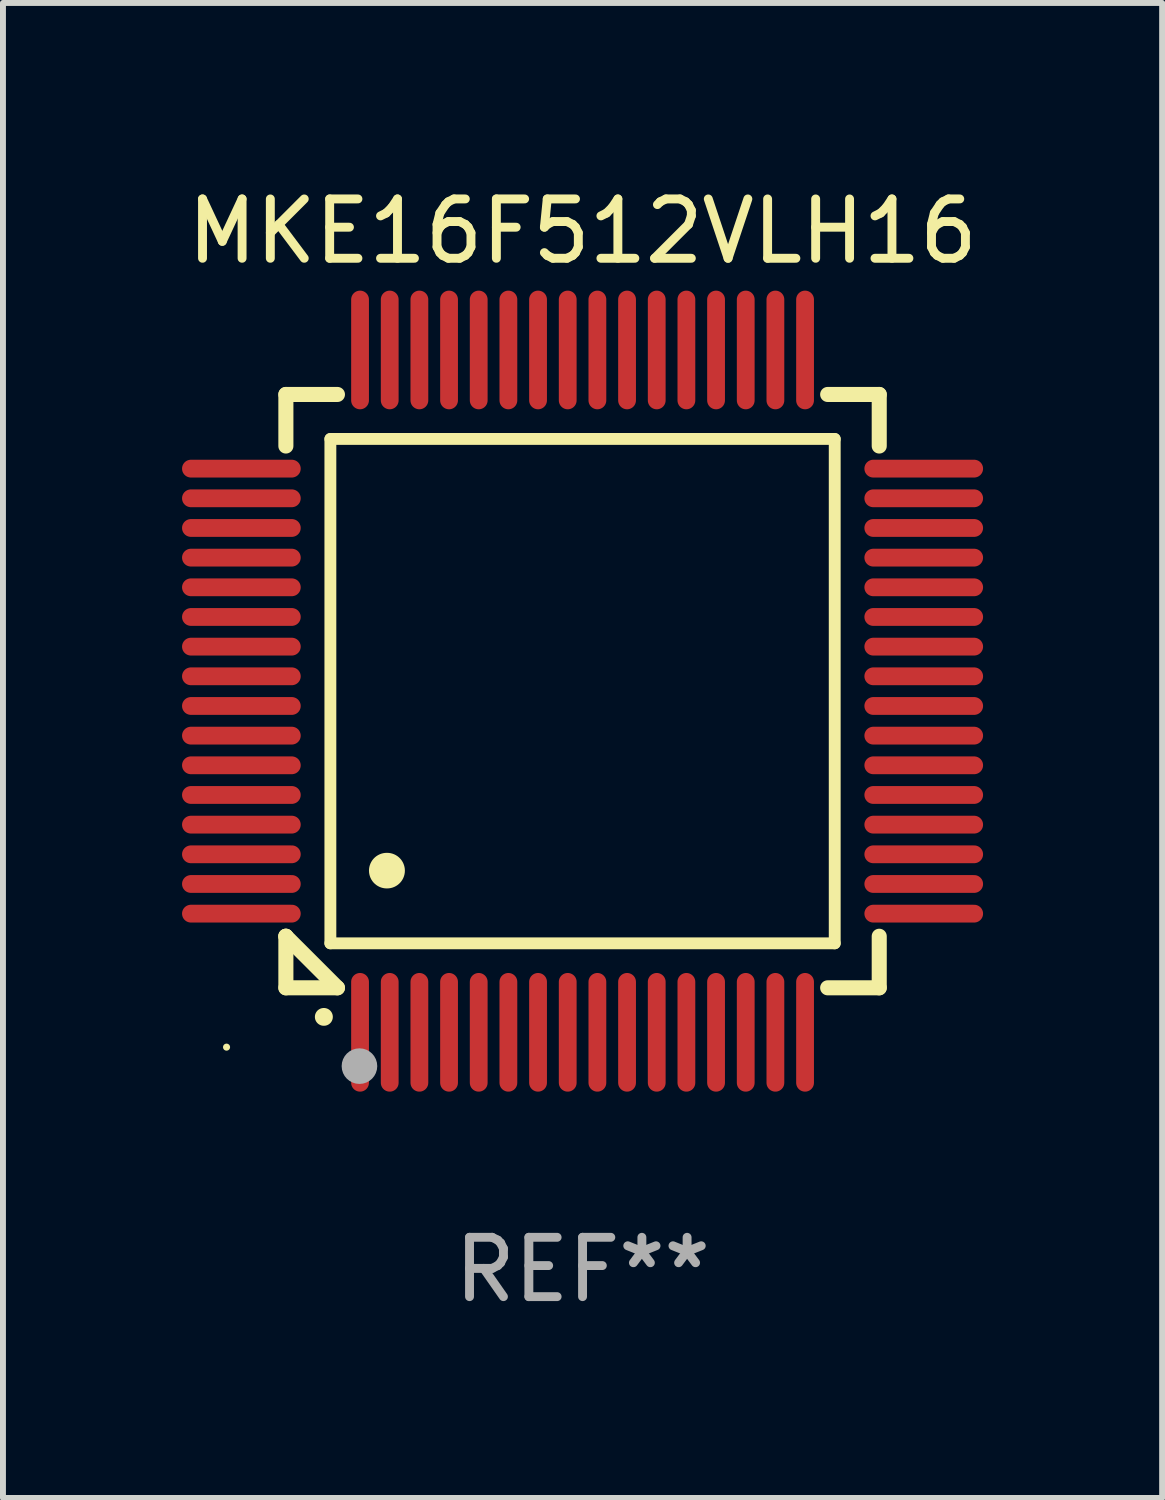
<source format=kicad_pcb>
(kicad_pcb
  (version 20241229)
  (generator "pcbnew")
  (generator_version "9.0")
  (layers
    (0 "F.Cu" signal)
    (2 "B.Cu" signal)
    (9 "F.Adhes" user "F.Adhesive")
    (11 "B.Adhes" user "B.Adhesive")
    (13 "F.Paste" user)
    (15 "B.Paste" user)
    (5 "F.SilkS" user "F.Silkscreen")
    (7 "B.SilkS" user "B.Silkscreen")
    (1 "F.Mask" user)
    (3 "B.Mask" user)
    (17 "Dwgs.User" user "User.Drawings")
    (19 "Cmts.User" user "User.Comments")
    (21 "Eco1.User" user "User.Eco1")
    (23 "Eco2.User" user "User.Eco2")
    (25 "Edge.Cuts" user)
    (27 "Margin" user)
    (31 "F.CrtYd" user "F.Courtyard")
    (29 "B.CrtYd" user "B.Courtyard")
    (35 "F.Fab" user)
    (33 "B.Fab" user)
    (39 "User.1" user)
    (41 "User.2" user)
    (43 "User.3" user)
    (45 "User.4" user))
  (footprint "MKE16F512VLH16"
    (layer "F.Cu")
    (at 6.768 8.598)
    (property "Reference" "MKE16F512VLH16" (at 0 -7.75 0) (layer "F.SilkS") (effects (font (size 1 1) (thickness 0.15))))
    (attr through_hole)
    (fp_line (start -5 -5) (end -4.131 -5) (stroke (width 0.254) (type solid)) (layer "F.SilkS"))
    (fp_line (start -5 -4.131) (end -5 -5) (stroke (width 0.254) (type solid)) (layer "F.SilkS"))
    (fp_line (start -5 4.131) (end -5 4.131) (stroke (width 0.254) (type solid)) (layer "F.SilkS"))
    (fp_line (start -5 5) (end -5 4.131) (stroke (width 0.254) (type solid)) (layer "F.SilkS"))
    (fp_line (start -5 4.131) (end -4.131 5) (stroke (width 0.254) (type solid)) (layer "F.SilkS"))
    (fp_line (start -4.25 -4.25) (end -4.25 4.25) (stroke (width 0.2) (type solid)) (layer "F.SilkS"))
    (fp_line (start -4.25 4.25) (end 4.25 4.25) (stroke (width 0.2) (type solid)) (layer "F.SilkS"))
    (fp_line (start -4.131 5) (end -5 5) (stroke (width 0.254) (type solid)) (layer "F.SilkS"))
    (fp_line (start 4.25 -4.25) (end -4.25 -4.25) (stroke (width 0.2) (type solid)) (layer "F.SilkS"))
    (fp_line (start 4.25 4.25) (end 4.25 -4.25) (stroke (width 0.2) (type solid)) (layer "F.SilkS"))
    (fp_line (start 5 -5) (end 4.131 -5) (stroke (width 0.254) (type solid)) (layer "F.SilkS"))
    (fp_line (start 5 -5) (end 5 -4.131) (stroke (width 0.254) (type solid)) (layer "F.SilkS"))
    (fp_line (start 5 4.131) (end 5 5) (stroke (width 0.254) (type solid)) (layer "F.SilkS"))
    (fp_line (start 5 5) (end 4.131 5) (stroke (width 0.254) (type solid)) (layer "F.SilkS"))
    (fp_arc (start -4.361265 5.489992) (mid -4.359995 5.489987) (end -4.358725 5.489992) (stroke (width 0.3) (type solid)) (layer "F.SilkS"))
    (fp_arc (start -3.299467 3.025146) (mid -3.296927 3.025135) (end -3.294387 3.025146) (stroke (width 0.6) (type solid)) (layer "F.SilkS"))
    (fp_circle (center -6 6) (end -5.97 6) (stroke (width 0.06) (type solid)) (fill no) (layer "F.SilkS"))
    (fp_circle (center -3.76 6.32) (end -3.61 6.32) (stroke (width 0.3) (type solid)) (fill no) (layer "F.Fab"))
    (fp_text user "REF**" (at 0 9.75 0) (layer "F.Fab") (effects (font (size 1 1) (thickness 0.15))))
    (pad "1" smd oval (at -3.75 5.75) (size 0.3 2) (layers "F.Cu" "F.Mask" "F.Paste"))
    (pad "2" smd oval (at -3.25 5.75) (size 0.3 2) (layers "F.Cu" "F.Mask" "F.Paste"))
    (pad "3" smd oval (at -2.75 5.75) (size 0.3 2) (layers "F.Cu" "F.Mask" "F.Paste"))
    (pad "4" smd oval (at -2.25 5.75) (size 0.3 2) (layers "F.Cu" "F.Mask" "F.Paste"))
    (pad "5" smd oval (at -1.75 5.75) (size 0.3 2) (layers "F.Cu" "F.Mask" "F.Paste"))
    (pad "6" smd oval (at -1.25 5.75) (size 0.3 2) (layers "F.Cu" "F.Mask" "F.Paste"))
    (pad "7" smd oval (at -0.75 5.75) (size 0.3 2) (layers "F.Cu" "F.Mask" "F.Paste"))
    (pad "8" smd oval (at -0.25 5.75) (size 0.3 2) (layers "F.Cu" "F.Mask" "F.Paste"))
    (pad "9" smd oval (at 0.25 5.75) (size 0.3 2) (layers "F.Cu" "F.Mask" "F.Paste"))
    (pad "10" smd oval (at 0.75 5.75) (size 0.3 2) (layers "F.Cu" "F.Mask" "F.Paste"))
    (pad "11" smd oval (at 1.25 5.75) (size 0.3 2) (layers "F.Cu" "F.Mask" "F.Paste"))
    (pad "12" smd oval (at 1.75 5.75) (size 0.3 2) (layers "F.Cu" "F.Mask" "F.Paste"))
    (pad "13" smd oval (at 2.25 5.75) (size 0.3 2) (layers "F.Cu" "F.Mask" "F.Paste"))
    (pad "14" smd oval (at 2.75 5.75) (size 0.3 2) (layers "F.Cu" "F.Mask" "F.Paste"))
    (pad "15" smd oval (at 3.25 5.75) (size 0.3 2) (layers "F.Cu" "F.Mask" "F.Paste"))
    (pad "16" smd oval (at 3.75 5.75) (size 0.3 2) (layers "F.Cu" "F.Mask" "F.Paste"))
    (pad "17" smd oval (at 5.75 3.75) (size 2 0.3) (layers "F.Cu" "F.Mask" "F.Paste"))
    (pad "18" smd oval (at 5.75 3.25) (size 2 0.3) (layers "F.Cu" "F.Mask" "F.Paste"))
    (pad "19" smd oval (at 5.75 2.75) (size 2 0.3) (layers "F.Cu" "F.Mask" "F.Paste"))
    (pad "20" smd oval (at 5.75 2.25) (size 2 0.3) (layers "F.Cu" "F.Mask" "F.Paste"))
    (pad "21" smd oval (at 5.75 1.75) (size 2 0.3) (layers "F.Cu" "F.Mask" "F.Paste"))
    (pad "22" smd oval (at 5.75 1.25) (size 2 0.3) (layers "F.Cu" "F.Mask" "F.Paste"))
    (pad "23" smd oval (at 5.75 0.75) (size 2 0.3) (layers "F.Cu" "F.Mask" "F.Paste"))
    (pad "24" smd oval (at 5.75 0.25) (size 2 0.3) (layers "F.Cu" "F.Mask" "F.Paste"))
    (pad "25" smd oval (at 5.75 -0.25) (size 2 0.3) (layers "F.Cu" "F.Mask" "F.Paste"))
    (pad "26" smd oval (at 5.75 -0.75) (size 2 0.3) (layers "F.Cu" "F.Mask" "F.Paste"))
    (pad "27" smd oval (at 5.75 -1.25) (size 2 0.3) (layers "F.Cu" "F.Mask" "F.Paste"))
    (pad "28" smd oval (at 5.75 -1.75) (size 2 0.3) (layers "F.Cu" "F.Mask" "F.Paste"))
    (pad "29" smd oval (at 5.75 -2.25) (size 2 0.3) (layers "F.Cu" "F.Mask" "F.Paste"))
    (pad "30" smd oval (at 5.75 -2.75) (size 2 0.3) (layers "F.Cu" "F.Mask" "F.Paste"))
    (pad "31" smd oval (at 5.75 -3.25) (size 2 0.3) (layers "F.Cu" "F.Mask" "F.Paste"))
    (pad "32" smd oval (at 5.75 -3.75) (size 2 0.3) (layers "F.Cu" "F.Mask" "F.Paste"))
    (pad "33" smd oval (at 3.75 -5.75) (size 0.3 2) (layers "F.Cu" "F.Mask" "F.Paste"))
    (pad "34" smd oval (at 3.25 -5.75) (size 0.3 2) (layers "F.Cu" "F.Mask" "F.Paste"))
    (pad "35" smd oval (at 2.75 -5.75) (size 0.3 2) (layers "F.Cu" "F.Mask" "F.Paste"))
    (pad "36" smd oval (at 2.25 -5.75) (size 0.3 2) (layers "F.Cu" "F.Mask" "F.Paste"))
    (pad "37" smd oval (at 1.75 -5.75) (size 0.3 2) (layers "F.Cu" "F.Mask" "F.Paste"))
    (pad "38" smd oval (at 1.25 -5.75) (size 0.3 2) (layers "F.Cu" "F.Mask" "F.Paste"))
    (pad "39" smd oval (at 0.75 -5.75) (size 0.3 2) (layers "F.Cu" "F.Mask" "F.Paste"))
    (pad "40" smd oval (at 0.25 -5.75) (size 0.3 2) (layers "F.Cu" "F.Mask" "F.Paste"))
    (pad "41" smd oval (at -0.25 -5.75) (size 0.3 2) (layers "F.Cu" "F.Mask" "F.Paste"))
    (pad "42" smd oval (at -0.75 -5.75) (size 0.3 2) (layers "F.Cu" "F.Mask" "F.Paste"))
    (pad "43" smd oval (at -1.25 -5.75) (size 0.3 2) (layers "F.Cu" "F.Mask" "F.Paste"))
    (pad "44" smd oval (at -1.75 -5.75) (size 0.3 2) (layers "F.Cu" "F.Mask" "F.Paste"))
    (pad "45" smd oval (at -2.25 -5.75) (size 0.3 2) (layers "F.Cu" "F.Mask" "F.Paste"))
    (pad "46" smd oval (at -2.75 -5.75) (size 0.3 2) (layers "F.Cu" "F.Mask" "F.Paste"))
    (pad "47" smd oval (at -3.25 -5.75) (size 0.3 2) (layers "F.Cu" "F.Mask" "F.Paste"))
    (pad "48" smd oval (at -3.75 -5.75) (size 0.3 2) (layers "F.Cu" "F.Mask" "F.Paste"))
    (pad "49" smd oval (at -5.75 -3.75) (size 2 0.3) (layers "F.Cu" "F.Mask" "F.Paste"))
    (pad "50" smd oval (at -5.75 -3.25) (size 2 0.3) (layers "F.Cu" "F.Mask" "F.Paste"))
    (pad "51" smd oval (at -5.75 -2.75) (size 2 0.3) (layers "F.Cu" "F.Mask" "F.Paste"))
    (pad "52" smd oval (at -5.75 -2.25) (size 2 0.3) (layers "F.Cu" "F.Mask" "F.Paste"))
    (pad "53" smd oval (at -5.75 -1.75) (size 2 0.3) (layers "F.Cu" "F.Mask" "F.Paste"))
    (pad "54" smd oval (at -5.75 -1.25) (size 2 0.3) (layers "F.Cu" "F.Mask" "F.Paste"))
    (pad "55" smd oval (at -5.75 -0.75) (size 2 0.3) (layers "F.Cu" "F.Mask" "F.Paste"))
    (pad "56" smd oval (at -5.75 -0.25) (size 2 0.3) (layers "F.Cu" "F.Mask" "F.Paste"))
    (pad "57" smd oval (at -5.75 0.25) (size 2 0.3) (layers "F.Cu" "F.Mask" "F.Paste"))
    (pad "58" smd oval (at -5.75 0.75) (size 2 0.3) (layers "F.Cu" "F.Mask" "F.Paste"))
    (pad "59" smd oval (at -5.75 1.25) (size 2 0.3) (layers "F.Cu" "F.Mask" "F.Paste"))
    (pad "60" smd oval (at -5.75 1.75) (size 2 0.3) (layers "F.Cu" "F.Mask" "F.Paste"))
    (pad "61" smd oval (at -5.75 2.25) (size 2 0.3) (layers "F.Cu" "F.Mask" "F.Paste"))
    (pad "62" smd oval (at -5.75 2.75) (size 2 0.3) (layers "F.Cu" "F.Mask" "F.Paste"))
    (pad "63" smd oval (at -5.75 3.25) (size 2 0.3) (layers "F.Cu" "F.Mask" "F.Paste"))
    (pad "64" smd oval (at -5.75 3.75) (size 2 0.3) (layers "F.Cu" "F.Mask" "F.Paste")))
  (gr_rect
    (start -3 -3)
    (end 16.536 22.196)
    (stroke (width 0.1) (type default))
    (fill no)
    (layer "Edge.Cuts")))
</source>
